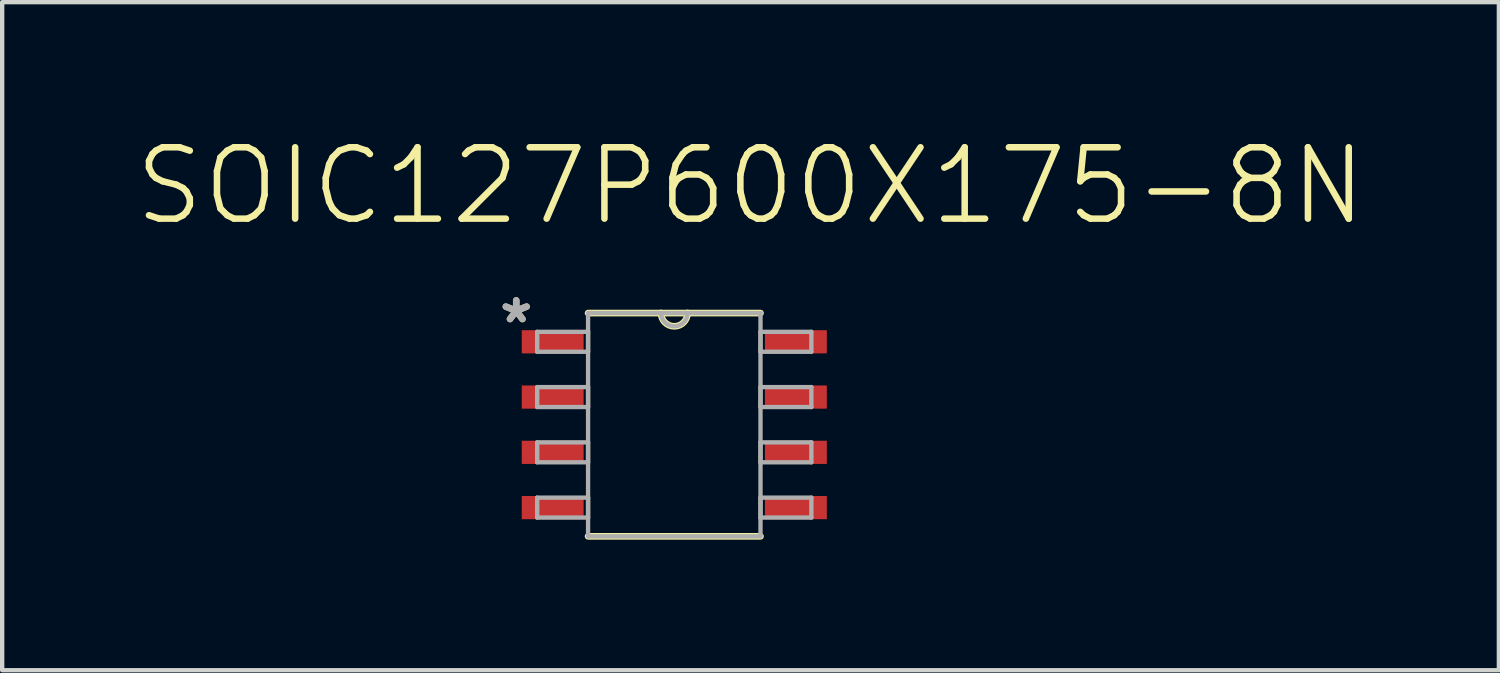
<source format=kicad_pcb>
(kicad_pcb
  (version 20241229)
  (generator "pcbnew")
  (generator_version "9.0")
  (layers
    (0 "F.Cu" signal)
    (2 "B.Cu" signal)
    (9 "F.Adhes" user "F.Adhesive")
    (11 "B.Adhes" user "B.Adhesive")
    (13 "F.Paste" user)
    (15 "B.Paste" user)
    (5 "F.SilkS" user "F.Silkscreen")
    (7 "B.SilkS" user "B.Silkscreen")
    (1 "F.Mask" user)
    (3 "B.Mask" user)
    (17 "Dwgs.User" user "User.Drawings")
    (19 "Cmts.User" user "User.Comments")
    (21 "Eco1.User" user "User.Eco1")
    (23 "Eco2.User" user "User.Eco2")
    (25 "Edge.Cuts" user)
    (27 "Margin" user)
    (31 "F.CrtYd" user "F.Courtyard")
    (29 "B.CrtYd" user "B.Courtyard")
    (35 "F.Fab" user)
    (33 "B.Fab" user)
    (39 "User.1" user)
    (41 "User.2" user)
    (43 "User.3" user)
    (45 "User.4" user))
  (footprint "SOIC127P600X175-8N"
    (layer "F.Cu")
    (at 12.444 6.709)
    (property "Reference" "SOIC127P600X175-8N" (at 1.753 -5.486 0) (layer "F.SilkS") (effects (font (size 1.64 1.64) (thickness 0.15))))
    (attr smd)
    (fp_line (start -1.981 2.565) (end 1.981 2.565) (stroke (width 0.152) (type solid)) (layer "F.SilkS"))
    (fp_line (start -0.305 -2.565) (end -1.981 -2.565) (stroke (width 0.152) (type solid)) (layer "F.SilkS"))
    (fp_line (start 0.305 -2.565) (end -0.305 -2.565) (stroke (width 0.152) (type solid)) (layer "F.SilkS"))
    (fp_line (start 1.981 -2.565) (end 0.305 -2.565) (stroke (width 0.152) (type solid)) (layer "F.SilkS"))
    (fp_arc (start 0.3048 -2.5654) (mid 0 -2.2606) (end -0.3048 -2.5654) (stroke (width 0.1524) (type solid)) (layer "F.SilkS"))
    (fp_line (start -3.15 -2.134) (end -3.15 -1.676) (stroke (width 0.1) (type solid)) (layer "F.Fab"))
    (fp_line (start -3.15 -1.676) (end -1.981 -1.676) (stroke (width 0.1) (type solid)) (layer "F.Fab"))
    (fp_line (start -3.15 -0.864) (end -3.15 -0.406) (stroke (width 0.1) (type solid)) (layer "F.Fab"))
    (fp_line (start -3.15 -0.406) (end -1.981 -0.406) (stroke (width 0.1) (type solid)) (layer "F.Fab"))
    (fp_line (start -3.15 0.406) (end -3.15 0.864) (stroke (width 0.1) (type solid)) (layer "F.Fab"))
    (fp_line (start -3.15 0.864) (end -1.981 0.864) (stroke (width 0.1) (type solid)) (layer "F.Fab"))
    (fp_line (start -3.15 1.676) (end -3.15 2.134) (stroke (width 0.1) (type solid)) (layer "F.Fab"))
    (fp_line (start -3.15 2.134) (end -1.981 2.134) (stroke (width 0.1) (type solid)) (layer "F.Fab"))
    (fp_line (start -1.981 -2.565) (end -1.981 2.565) (stroke (width 0.1) (type solid)) (layer "F.Fab"))
    (fp_line (start -1.981 -2.134) (end -3.15 -2.134) (stroke (width 0.1) (type solid)) (layer "F.Fab"))
    (fp_line (start -1.981 -1.676) (end -1.981 -2.134) (stroke (width 0.1) (type solid)) (layer "F.Fab"))
    (fp_line (start -1.981 -0.864) (end -3.15 -0.864) (stroke (width 0.1) (type solid)) (layer "F.Fab"))
    (fp_line (start -1.981 -0.406) (end -1.981 -0.864) (stroke (width 0.1) (type solid)) (layer "F.Fab"))
    (fp_line (start -1.981 0.406) (end -3.15 0.406) (stroke (width 0.1) (type solid)) (layer "F.Fab"))
    (fp_line (start -1.981 0.864) (end -1.981 0.406) (stroke (width 0.1) (type solid)) (layer "F.Fab"))
    (fp_line (start -1.981 1.676) (end -3.15 1.676) (stroke (width 0.1) (type solid)) (layer "F.Fab"))
    (fp_line (start -1.981 2.134) (end -1.981 1.676) (stroke (width 0.1) (type solid)) (layer "F.Fab"))
    (fp_line (start -1.981 2.565) (end 1.981 2.565) (stroke (width 0.1) (type solid)) (layer "F.Fab"))
    (fp_line (start -0.305 -2.565) (end -1.981 -2.565) (stroke (width 0.1) (type solid)) (layer "F.Fab"))
    (fp_line (start 0.305 -2.565) (end -0.305 -2.565) (stroke (width 0.1) (type solid)) (layer "F.Fab"))
    (fp_line (start 1.981 -2.565) (end 0.305 -2.565) (stroke (width 0.1) (type solid)) (layer "F.Fab"))
    (fp_line (start 1.981 -2.134) (end 1.981 -1.676) (stroke (width 0.1) (type solid)) (layer "F.Fab"))
    (fp_line (start 1.981 -1.676) (end 3.15 -1.676) (stroke (width 0.1) (type solid)) (layer "F.Fab"))
    (fp_line (start 1.981 -0.864) (end 1.981 -0.406) (stroke (width 0.1) (type solid)) (layer "F.Fab"))
    (fp_line (start 1.981 -0.406) (end 3.15 -0.406) (stroke (width 0.1) (type solid)) (layer "F.Fab"))
    (fp_line (start 1.981 0.406) (end 1.981 0.864) (stroke (width 0.1) (type solid)) (layer "F.Fab"))
    (fp_line (start 1.981 0.864) (end 3.15 0.864) (stroke (width 0.1) (type solid)) (layer "F.Fab"))
    (fp_line (start 1.981 1.676) (end 1.981 2.134) (stroke (width 0.1) (type solid)) (layer "F.Fab"))
    (fp_line (start 1.981 2.134) (end 3.15 2.134) (stroke (width 0.1) (type solid)) (layer "F.Fab"))
    (fp_line (start 1.981 2.565) (end 1.981 -2.565) (stroke (width 0.1) (type solid)) (layer "F.Fab"))
    (fp_line (start 3.15 -2.134) (end 1.981 -2.134) (stroke (width 0.1) (type solid)) (layer "F.Fab"))
    (fp_line (start 3.15 -1.676) (end 3.15 -2.134) (stroke (width 0.1) (type solid)) (layer "F.Fab"))
    (fp_line (start 3.15 -0.864) (end 1.981 -0.864) (stroke (width 0.1) (type solid)) (layer "F.Fab"))
    (fp_line (start 3.15 -0.406) (end 3.15 -0.864) (stroke (width 0.1) (type solid)) (layer "F.Fab"))
    (fp_line (start 3.15 0.406) (end 1.981 0.406) (stroke (width 0.1) (type solid)) (layer "F.Fab"))
    (fp_line (start 3.15 0.864) (end 3.15 0.406) (stroke (width 0.1) (type solid)) (layer "F.Fab"))
    (fp_line (start 3.15 1.676) (end 1.981 1.676) (stroke (width 0.1) (type solid)) (layer "F.Fab"))
    (fp_line (start 3.15 2.134) (end 3.15 1.676) (stroke (width 0.1) (type solid)) (layer "F.Fab"))
    (fp_arc (start 0.3048 -2.5654) (mid 0 -2.2606) (end -0.3048 -2.5654) (stroke (width 0.1) (type solid)) (layer "F.Fab"))
    (fp_text user "*" (at -3.632 -2.311 0) (layer "F.SilkS") (effects (font (size 1 1) (thickness 0.15))))
    (fp_text user "*" (at -3.632 -2.311 0) (layer "F.Fab") (effects (font (size 1 1) (thickness 0.15))))
    (pad "1" smd rect (at -2.794 -1.905) (size 1.422 0.533) (layers "F.Cu" "F.Mask" "F.Paste"))
    (pad "2" smd rect (at -2.794 -0.635) (size 1.422 0.533) (layers "F.Cu" "F.Mask" "F.Paste"))
    (pad "3" smd rect (at -2.794 0.635) (size 1.422 0.533) (layers "F.Cu" "F.Mask" "F.Paste"))
    (pad "4" smd rect (at -2.794 1.905) (size 1.422 0.533) (layers "F.Cu" "F.Mask" "F.Paste"))
    (pad "5" smd rect (at 2.794 1.905) (size 1.422 0.533) (layers "F.Cu" "F.Mask" "F.Paste"))
    (pad "6" smd rect (at 2.794 0.635) (size 1.422 0.533) (layers "F.Cu" "F.Mask" "F.Paste"))
    (pad "7" smd rect (at 2.794 -0.635) (size 1.422 0.533) (layers "F.Cu" "F.Mask" "F.Paste"))
    (pad "8" smd rect (at 2.794 -1.905) (size 1.422 0.533) (layers "F.Cu" "F.Mask" "F.Paste")))
  (gr_rect
    (start -3 -3)
    (end 31.392 12.351)
    (stroke (width 0.1) (type default))
    (fill no)
    (layer "Edge.Cuts")))
</source>
